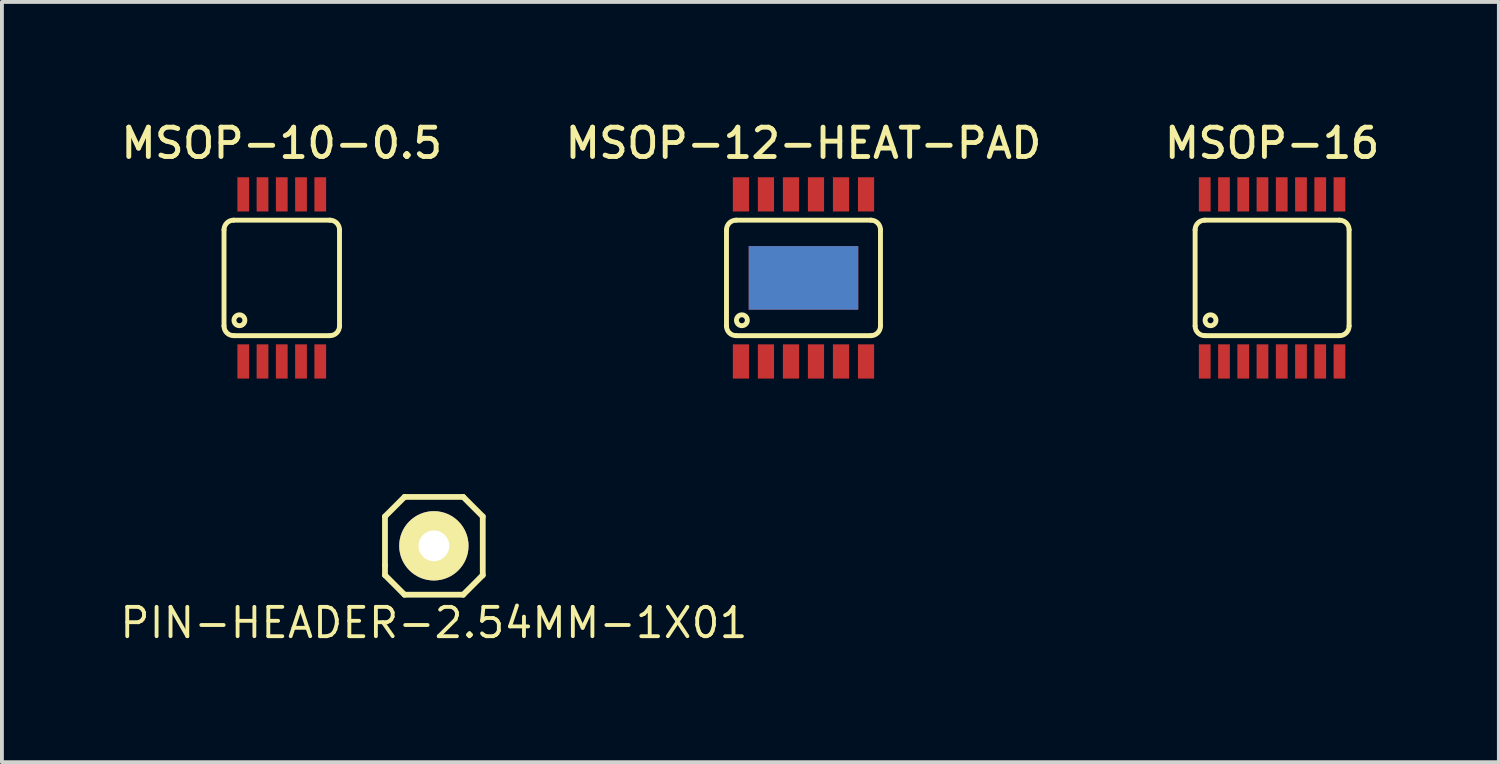
<source format=kicad_pcb>
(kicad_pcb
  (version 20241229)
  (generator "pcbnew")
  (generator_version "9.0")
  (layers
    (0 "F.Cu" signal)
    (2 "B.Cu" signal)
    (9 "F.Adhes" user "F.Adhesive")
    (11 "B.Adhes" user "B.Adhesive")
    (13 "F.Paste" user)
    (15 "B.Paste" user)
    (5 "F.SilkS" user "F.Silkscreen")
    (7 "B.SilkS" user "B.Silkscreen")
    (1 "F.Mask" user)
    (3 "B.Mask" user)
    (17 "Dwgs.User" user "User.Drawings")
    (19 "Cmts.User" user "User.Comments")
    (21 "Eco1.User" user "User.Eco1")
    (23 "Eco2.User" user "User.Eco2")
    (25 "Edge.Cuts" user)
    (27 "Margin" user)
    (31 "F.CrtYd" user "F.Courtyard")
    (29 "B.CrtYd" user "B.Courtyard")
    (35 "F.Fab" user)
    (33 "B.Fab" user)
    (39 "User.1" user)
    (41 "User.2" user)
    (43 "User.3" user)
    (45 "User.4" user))
  (footprint "PIN-HEADER-2.54MM-1X01"
    (layer "F.Cu")
    (at 8.22 11.128)
    (property "Reference" "PIN-HEADER-2.54MM-1X01" (at 0 2 0) (layer "F.SilkS") (effects (font (size 0.762 0.762) (thickness 0.1))))
    (attr through_hole)
    (fp_line (start -1.27 -0.762) (end -1.27 0.508) (stroke (width 0.15) (type solid)) (layer "F.SilkS"))
    (fp_line (start -1.27 0.508) (end -1.27 0.762) (stroke (width 0.15) (type solid)) (layer "F.SilkS"))
    (fp_line (start -1.27 0.762) (end -0.762 1.27) (stroke (width 0.15) (type solid)) (layer "F.SilkS"))
    (fp_line (start -0.762 -1.27) (end -1.27 -0.762) (stroke (width 0.15) (type solid)) (layer "F.SilkS"))
    (fp_line (start -0.762 1.27) (end 0.762 1.27) (stroke (width 0.15) (type solid)) (layer "F.SilkS"))
    (fp_line (start 0.762 -1.27) (end -0.762 -1.27) (stroke (width 0.15) (type solid)) (layer "F.SilkS"))
    (fp_line (start 0.762 1.27) (end 1.27 0.762) (stroke (width 0.15) (type solid)) (layer "F.SilkS"))
    (fp_line (start 1.27 -0.762) (end 0.762 -1.27) (stroke (width 0.15) (type solid)) (layer "F.SilkS"))
    (fp_line (start 1.27 0.762) (end 1.27 -0.762) (stroke (width 0.15) (type solid)) (layer "F.SilkS"))
    (pad "1" thru_hole circle (at 0 0) (size 1.8 1.8) (drill 0.8) (layers "*.Cu" "*.Mask" "F.SilkS")))
  (footprint "MSOP-10-0.5"
    (layer "F.Cu")
    (at 4.269 4.169)
    (property "Reference" "MSOP-10-0.5" (at 0 -3.5 0) (layer "F.SilkS") (effects (font (size 0.762 0.762) (thickness 0.127))))
    (attr through_hole)
    (fp_line (start -1.5 1.25) (end -1.5 -1.25) (stroke (width 0.127) (type solid)) (layer "F.SilkS"))
    (fp_line (start -1.25 -1.5) (end 1.25 -1.5) (stroke (width 0.127) (type solid)) (layer "F.SilkS"))
    (fp_line (start -1.25 1.5) (end 1.25 1.5) (stroke (width 0.127) (type solid)) (layer "F.SilkS"))
    (fp_line (start 1.5 -1.25) (end 1.5 1.25) (stroke (width 0.127) (type solid)) (layer "F.SilkS"))
    (fp_arc (start -1.5 -1.25) (mid -1.426777 -1.426777) (end -1.25 -1.5) (stroke (width 0.127) (type solid)) (layer "F.SilkS"))
    (fp_arc (start -1.25 1.5) (mid -1.426777 1.426777) (end -1.5 1.25) (stroke (width 0.127) (type solid)) (layer "F.SilkS"))
    (fp_arc (start 1.25 -1.5) (mid 1.426777 -1.426777) (end 1.5 -1.25) (stroke (width 0.127) (type solid)) (layer "F.SilkS"))
    (fp_arc (start 1.5 1.25) (mid 1.426777 1.426777) (end 1.25 1.5) (stroke (width 0.127) (type solid)) (layer "F.SilkS"))
    (fp_circle (center -1.1 1.1) (end -1.2 1.2) (stroke (width 0.127) (type solid)) (fill no) (layer "F.SilkS"))
    (pad "1" smd rect (at -1 2.17) (size 0.305 0.889) (layers "F.Cu" "F.Mask" "F.Paste"))
    (pad "2" smd rect (at -0.5 2.17) (size 0.305 0.889) (layers "F.Cu" "F.Mask" "F.Paste"))
    (pad "3" smd rect (at 0 2.17) (size 0.305 0.889) (layers "F.Cu" "F.Mask" "F.Paste"))
    (pad "4" smd rect (at 0.5 2.17) (size 0.305 0.889) (layers "F.Cu" "F.Mask" "F.Paste"))
    (pad "5" smd rect (at 1 2.17) (size 0.305 0.889) (layers "F.Cu" "F.Mask" "F.Paste"))
    (pad "6" smd rect (at 1 -2.17) (size 0.305 0.889) (layers "F.Cu" "F.Mask" "F.Paste"))
    (pad "7" smd rect (at 0.5 -2.17) (size 0.305 0.889) (layers "F.Cu" "F.Mask" "F.Paste"))
    (pad "8" smd rect (at 0 -2.17) (size 0.305 0.889) (layers "F.Cu" "F.Mask" "F.Paste"))
    (pad "9" smd rect (at -0.5 -2.17) (size 0.305 0.889) (layers "F.Cu" "F.Mask" "F.Paste"))
    (pad "10" smd rect (at -1 -2.17) (size 0.305 0.889) (layers "F.Cu" "F.Mask" "F.Paste")))
  (footprint "MSOP-16"
    (layer "F.Cu")
    (at 29.994 4.169)
    (property "Reference" "MSOP-16" (at 0 -3.5 0) (layer "F.SilkS") (effects (font (size 0.762 0.762) (thickness 0.127))))
    (attr through_hole)
    (fp_line (start -2 1.25) (end -2 -1.25) (stroke (width 0.127) (type solid)) (layer "F.SilkS"))
    (fp_line (start -1.75 -1.5) (end 1.75 -1.5) (stroke (width 0.127) (type solid)) (layer "F.SilkS"))
    (fp_line (start 1.75 1.5) (end -1.75 1.5) (stroke (width 0.127) (type solid)) (layer "F.SilkS"))
    (fp_line (start 2 -1.25) (end 2 1.25) (stroke (width 0.127) (type solid)) (layer "F.SilkS"))
    (fp_arc (start -2 -1.25) (mid -1.926777 -1.426777) (end -1.75 -1.5) (stroke (width 0.127) (type solid)) (layer "F.SilkS"))
    (fp_arc (start -1.75 1.5) (mid -1.926777 1.426777) (end -2 1.25) (stroke (width 0.127) (type solid)) (layer "F.SilkS"))
    (fp_arc (start 1.75 -1.5) (mid 1.926777 -1.426777) (end 2 -1.25) (stroke (width 0.127) (type solid)) (layer "F.SilkS"))
    (fp_arc (start 2 1.25) (mid 1.926777 1.426777) (end 1.75 1.5) (stroke (width 0.127) (type solid)) (layer "F.SilkS"))
    (fp_circle (center -1.6 1.1) (end -1.7 1.2) (stroke (width 0.127) (type solid)) (fill no) (layer "F.SilkS"))
    (pad "1" smd rect (at -1.75 2.17) (size 0.305 0.889) (layers "F.Cu" "F.Mask" "F.Paste"))
    (pad "2" smd rect (at -1.25 2.17) (size 0.305 0.889) (layers "F.Cu" "F.Mask" "F.Paste"))
    (pad "3" smd rect (at -0.75 2.17) (size 0.305 0.889) (layers "F.Cu" "F.Mask" "F.Paste"))
    (pad "4" smd rect (at -0.25 2.17) (size 0.305 0.889) (layers "F.Cu" "F.Mask" "F.Paste"))
    (pad "5" smd rect (at 0.25 2.17) (size 0.305 0.889) (layers "F.Cu" "F.Mask" "F.Paste"))
    (pad "6" smd rect (at 0.75 2.17) (size 0.305 0.889) (layers "F.Cu" "F.Mask" "F.Paste"))
    (pad "7" smd rect (at 1.25 2.17) (size 0.305 0.889) (layers "F.Cu" "F.Mask" "F.Paste"))
    (pad "8" smd rect (at 1.75 2.17) (size 0.305 0.889) (layers "F.Cu" "F.Mask" "F.Paste"))
    (pad "9" smd rect (at 1.75 -2.17) (size 0.305 0.889) (layers "F.Cu" "F.Mask" "F.Paste"))
    (pad "10" smd rect (at 1.25 -2.17) (size 0.305 0.889) (layers "F.Cu" "F.Mask" "F.Paste"))
    (pad "11" smd rect (at 0.75 -2.17) (size 0.305 0.889) (layers "F.Cu" "F.Mask" "F.Paste"))
    (pad "12" smd rect (at 0.25 -2.17) (size 0.305 0.889) (layers "F.Cu" "F.Mask" "F.Paste"))
    (pad "13" smd rect (at -0.25 -2.17) (size 0.305 0.889) (layers "F.Cu" "F.Mask" "F.Paste"))
    (pad "14" smd rect (at -0.75 -2.17) (size 0.305 0.889) (layers "F.Cu" "F.Mask" "F.Paste"))
    (pad "15" smd rect (at -1.25 -2.17) (size 0.305 0.889) (layers "F.Cu" "F.Mask" "F.Paste"))
    (pad "16" smd rect (at -1.75 -2.17) (size 0.305 0.889) (layers "F.Cu" "F.Mask" "F.Paste")))
  (footprint "MSOP-12-HEAT-PAD"
    (layer "F.Cu")
    (at 17.821 4.169)
    (property "Reference" "MSOP-12-HEAT-PAD" (at 0 -3.5 0) (layer "F.SilkS") (effects (font (size 0.762 0.762) (thickness 0.127))))
    (attr through_hole)
    (fp_line (start -2 1.25) (end -2 -1.25) (stroke (width 0.127) (type solid)) (layer "F.SilkS"))
    (fp_line (start -1.75 -1.5) (end 1.75 -1.5) (stroke (width 0.127) (type solid)) (layer "F.SilkS"))
    (fp_line (start 1.75 1.5) (end -1.75 1.5) (stroke (width 0.127) (type solid)) (layer "F.SilkS"))
    (fp_line (start 2 -1.25) (end 2 1.25) (stroke (width 0.127) (type solid)) (layer "F.SilkS"))
    (fp_arc (start -2 -1.25) (mid -1.926777 -1.426777) (end -1.75 -1.5) (stroke (width 0.127) (type solid)) (layer "F.SilkS"))
    (fp_arc (start -1.75 1.5) (mid -1.926777 1.426777) (end -2 1.25) (stroke (width 0.127) (type solid)) (layer "F.SilkS"))
    (fp_arc (start 1.75 -1.5) (mid 1.926777 -1.426777) (end 2 -1.25) (stroke (width 0.127) (type solid)) (layer "F.SilkS"))
    (fp_arc (start 2 1.25) (mid 1.926777 1.426777) (end 1.75 1.5) (stroke (width 0.127) (type solid)) (layer "F.SilkS"))
    (fp_circle (center -1.6 1.1) (end -1.7 1.2) (stroke (width 0.127) (type solid)) (fill no) (layer "F.SilkS"))
    (pad "1" smd rect (at -1.625 2.17) (size 0.42 0.889) (layers "F.Cu" "F.Mask" "F.Paste"))
    (pad "2" smd rect (at -0.975 2.17) (size 0.42 0.889) (layers "F.Cu" "F.Mask" "F.Paste"))
    (pad "3" smd rect (at -0.325 2.17) (size 0.42 0.889) (layers "F.Cu" "F.Mask" "F.Paste"))
    (pad "4" smd rect (at 0.325 2.17) (size 0.42 0.889) (layers "F.Cu" "F.Mask" "F.Paste"))
    (pad "5" smd rect (at 0.975 2.17) (size 0.42 0.889) (layers "F.Cu" "F.Mask" "F.Paste"))
    (pad "6" smd rect (at 1.625 2.17) (size 0.42 0.889) (layers "F.Cu" "F.Mask" "F.Paste"))
    (pad "7" smd rect (at 1.625 -2.17) (size 0.42 0.889) (layers "F.Cu" "F.Mask" "F.Paste"))
    (pad "8" smd rect (at 0.975 -2.17) (size 0.42 0.889) (layers "F.Cu" "F.Mask" "F.Paste"))
    (pad "9" smd rect (at 0.325 -2.17) (size 0.42 0.889) (layers "F.Cu" "F.Mask" "F.Paste"))
    (pad "10" smd rect (at -0.325 -2.17) (size 0.42 0.889) (layers "F.Cu" "F.Mask" "F.Paste"))
    (pad "11" smd rect (at -0.975 -2.17) (size 0.42 0.889) (layers "F.Cu" "F.Mask" "F.Paste"))
    (pad "12" smd rect (at -1.625 -2.17) (size 0.42 0.889) (layers "F.Cu" "F.Mask" "F.Paste"))
    (pad "13" smd rect (at 0 0) (size 2.845 1.651) (layers "F.Cu" "F.Mask" "F.Paste"))
    (pad "14" smd rect (at 0 0) (size 2.845 1.651) (layers "B.Cu" "B.Mask" "B.Paste")))
  (gr_rect
    (start -3 -3)
    (end 35.884 16.749)
    (stroke (width 0.1) (type default))
    (fill no)
    (layer "Edge.Cuts")))
</source>
